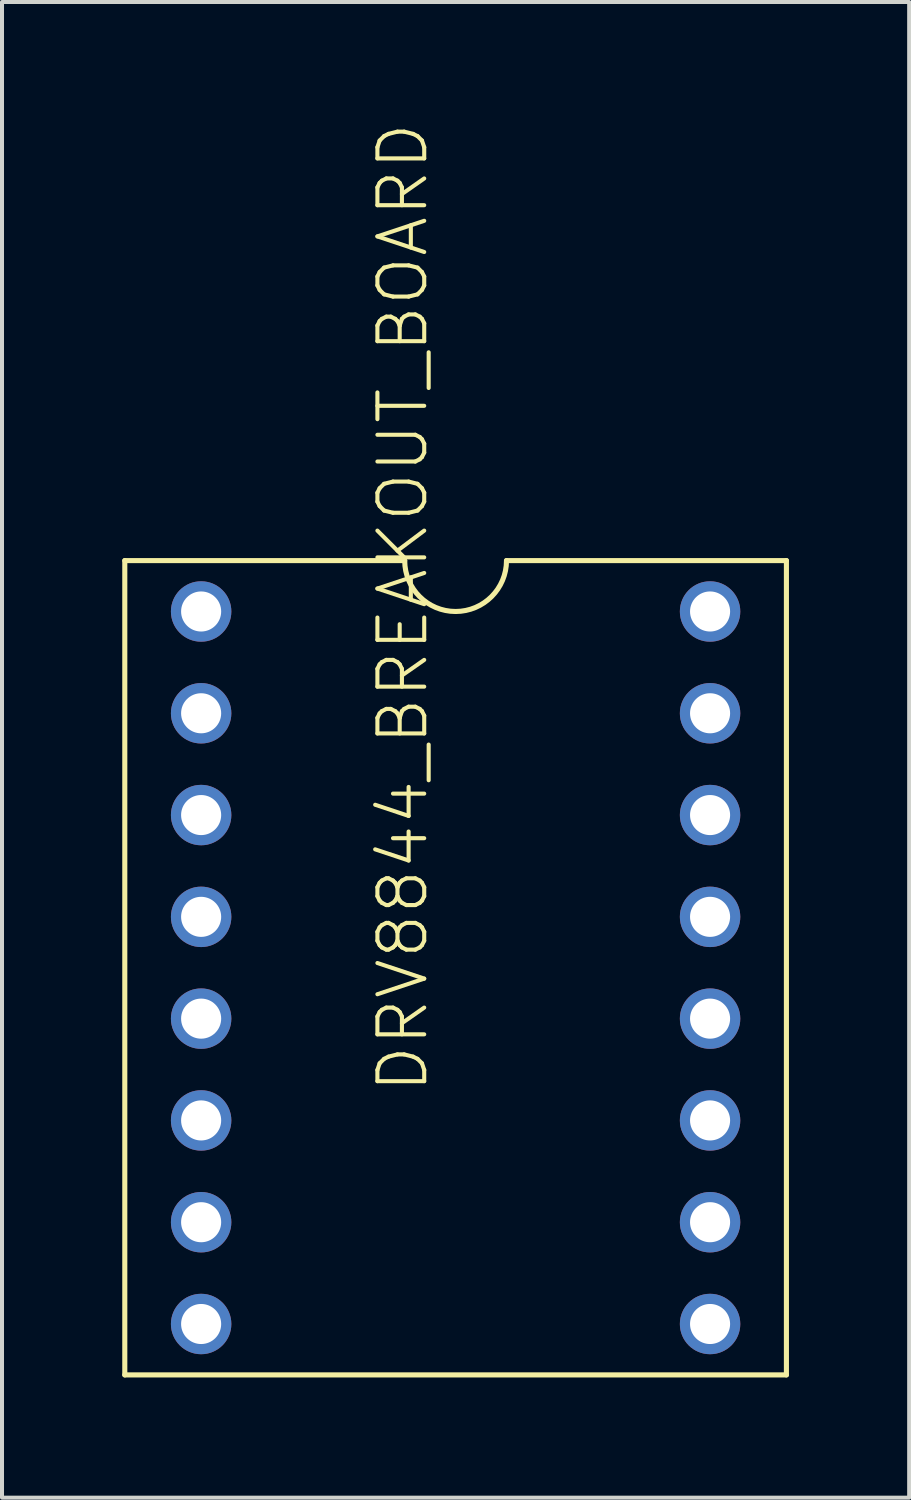
<source format=kicad_pcb>
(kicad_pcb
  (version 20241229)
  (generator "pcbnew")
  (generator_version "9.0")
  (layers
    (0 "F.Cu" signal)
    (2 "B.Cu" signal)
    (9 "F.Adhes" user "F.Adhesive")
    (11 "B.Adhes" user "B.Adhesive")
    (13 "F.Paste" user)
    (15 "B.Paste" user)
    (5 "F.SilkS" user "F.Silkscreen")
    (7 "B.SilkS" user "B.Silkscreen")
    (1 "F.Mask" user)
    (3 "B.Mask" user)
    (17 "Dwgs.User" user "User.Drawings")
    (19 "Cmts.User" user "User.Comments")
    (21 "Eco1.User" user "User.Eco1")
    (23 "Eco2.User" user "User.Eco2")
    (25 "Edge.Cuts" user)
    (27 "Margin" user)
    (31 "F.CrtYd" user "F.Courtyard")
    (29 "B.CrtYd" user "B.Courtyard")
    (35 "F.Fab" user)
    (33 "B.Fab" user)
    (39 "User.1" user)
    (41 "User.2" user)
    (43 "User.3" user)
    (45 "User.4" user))
  (footprint "DRV8844_BREAKOUT_BOARD"
    (layer "F.Cu")
    (at 8.319 21.099)
    (property "Reference" "DRV8844_BREAKOUT_BOARD" (at -0.635 3.175 90) (unlocked yes) (layer "F.SilkS") (effects (font (size 1.168 1.168) (thickness 0.102)) (justify left bottom)))
    (fp_line (start -8.255 -10.16) (end -1.27 -10.16) (stroke (width 0.127) (type solid)) (layer "F.SilkS"))
    (fp_line (start -8.255 10.16) (end -8.255 -10.16) (stroke (width 0.127) (type solid)) (layer "F.SilkS"))
    (fp_line (start 1.27 -10.16) (end 8.255 -10.16) (stroke (width 0.127) (type solid)) (layer "F.SilkS"))
    (fp_line (start 8.255 -10.16) (end 8.255 10.16) (stroke (width 0.127) (type solid)) (layer "F.SilkS"))
    (fp_line (start 8.255 10.16) (end -8.255 10.16) (stroke (width 0.127) (type solid)) (layer "F.SilkS"))
    (fp_arc (start 1.27 -10.16) (mid 0 -8.89) (end -1.27 -10.16) (stroke (width 0.127) (type solid)) (layer "F.SilkS"))
    (pad "1A" thru_hole circle (at -6.35 -3.81) (size 1.508 1.508) (drill 1) (layers "*.Cu" "*.Mask"))
    (pad "1B" thru_hole circle (at -6.35 -1.27) (size 1.508 1.508) (drill 1) (layers "*.Cu" "*.Mask"))
    (pad "2A" thru_hole circle (at -6.35 1.27) (size 1.508 1.508) (drill 1) (layers "*.Cu" "*.Mask"))
    (pad "2B" thru_hole circle (at -6.35 3.81) (size 1.508 1.508) (drill 1) (layers "*.Cu" "*.Mask"))
    (pad "EN1" thru_hole circle (at 6.35 -8.89) (size 1.508 1.508) (drill 1) (layers "*.Cu" "*.Mask"))
    (pad "EN2" thru_hole circle (at 6.35 -6.35) (size 1.508 1.508) (drill 1) (layers "*.Cu" "*.Mask"))
    (pad "FLT" thru_hole circle (at -6.35 -6.35) (size 1.508 1.508) (drill 1) (layers "*.Cu" "*.Mask"))
    (pad "GND" thru_hole circle (at -6.35 -8.89) (size 1.508 1.508) (drill 1) (layers "*.Cu" "*.Mask"))
    (pad "GND1" thru_hole circle (at -6.35 6.35) (size 1.508 1.508) (drill 1) (layers "*.Cu" "*.Mask"))
    (pad "IN1" thru_hole circle (at 6.35 1.27) (size 1.508 1.508) (drill 1) (layers "*.Cu" "*.Mask"))
    (pad "IN2" thru_hole circle (at 6.35 3.81) (size 1.508 1.508) (drill 1) (layers "*.Cu" "*.Mask"))
    (pad "IN3" thru_hole circle (at 6.35 6.35) (size 1.508 1.508) (drill 1) (layers "*.Cu" "*.Mask"))
    (pad "IN4" thru_hole circle (at 6.35 8.89) (size 1.508 1.508) (drill 1) (layers "*.Cu" "*.Mask"))
    (pad "RST" thru_hole circle (at 6.35 -1.27) (size 1.508 1.508) (drill 1) (layers "*.Cu" "*.Mask"))
    (pad "SLP" thru_hole circle (at 6.35 -3.81) (size 1.508 1.508) (drill 1) (layers "*.Cu" "*.Mask"))
    (pad "VMOT" thru_hole circle (at -6.35 8.89) (size 1.508 1.508) (drill 1) (layers "*.Cu" "*.Mask")))
  (gr_rect
    (start -3 -3)
    (end 19.637 34.322)
    (stroke (width 0.1) (type default))
    (fill no)
    (layer "Edge.Cuts")))
</source>
